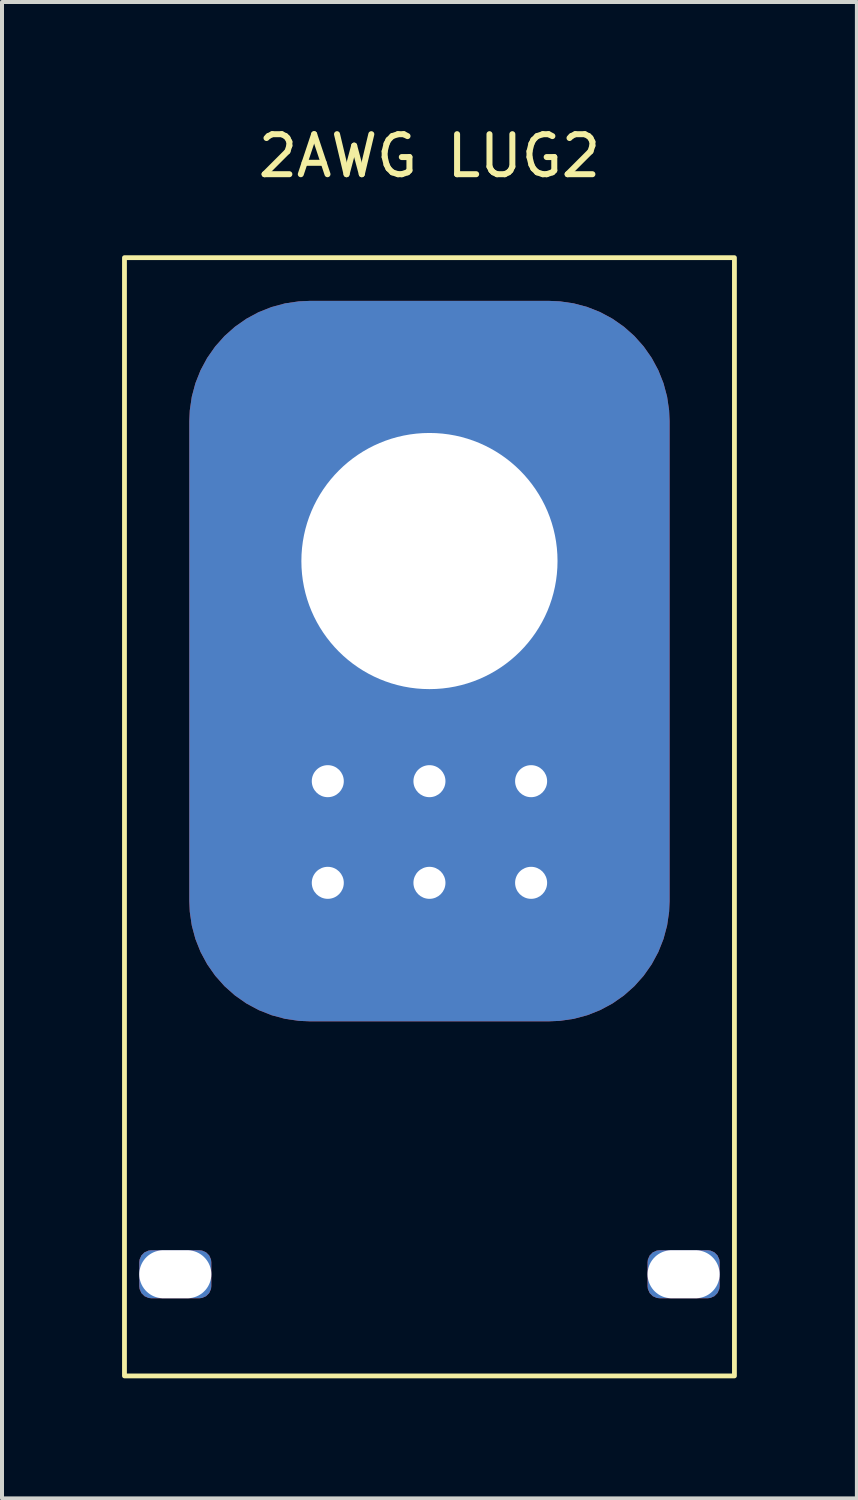
<source format=kicad_pcb>
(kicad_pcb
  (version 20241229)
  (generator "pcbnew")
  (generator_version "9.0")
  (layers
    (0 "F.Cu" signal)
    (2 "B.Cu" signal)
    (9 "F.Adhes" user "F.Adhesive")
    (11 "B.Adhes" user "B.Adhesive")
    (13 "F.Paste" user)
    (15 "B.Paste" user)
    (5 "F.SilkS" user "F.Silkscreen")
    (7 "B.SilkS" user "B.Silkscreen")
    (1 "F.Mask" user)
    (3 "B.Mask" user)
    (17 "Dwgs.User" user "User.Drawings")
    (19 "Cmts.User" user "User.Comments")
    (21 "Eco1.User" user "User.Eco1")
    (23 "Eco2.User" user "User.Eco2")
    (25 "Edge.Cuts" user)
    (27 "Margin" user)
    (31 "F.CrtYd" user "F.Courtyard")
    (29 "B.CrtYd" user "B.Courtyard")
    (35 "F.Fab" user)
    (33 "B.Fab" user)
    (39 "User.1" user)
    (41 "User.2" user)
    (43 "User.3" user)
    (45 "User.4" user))
  (footprint "2AWG LUG2"
    (layer "F.Cu")
    (at 7.68 8.468)
    (property "Reference" "2AWG LUG2" (at 0 -7.62 0) (unlocked yes) (layer "F.SilkS") (effects (font (size 1 1) (thickness 0.15))))
    (attr smd)
    (fp_rect (start -7.62 -5.08) (end 7.62 22.86) (stroke (width 0.12) (type solid)) (fill no) (layer "F.SilkS"))
    (pad "" thru_hole roundrect (at -6.35 20.32) (size 1.8 1.2) (drill oval 2 4) (layers "*.Cu" "*.Mask") (roundrect_rratio 0.25))
    (pad "" thru_hole circle (at -2.54 8) (size 1.2 1.2) (drill 0.8) (layers "*.Cu" "*.Mask"))
    (pad "" thru_hole circle (at -2.54 10.54) (size 1.2 1.2) (drill 0.8) (layers "*.Cu" "*.Mask"))
    (pad "" thru_hole circle (at 0 8) (size 1.2 1.2) (drill 0.8) (layers "*.Cu" "*.Mask"))
    (pad "" thru_hole circle (at 0 10.54) (size 1.2 1.2) (drill 0.8) (layers "*.Cu" "*.Mask"))
    (pad "" thru_hole circle (at 2.54 8) (size 1.2 1.2) (drill 0.8) (layers "*.Cu" "*.Mask"))
    (pad "" thru_hole circle (at 2.54 10.54) (size 1.2 1.2) (drill 0.8) (layers "*.Cu" "*.Mask"))
    (pad "" thru_hole roundrect (at 6.35 20.32) (size 1.8 1.2) (drill oval 2 4) (layers "*.Cu" "*.Mask") (roundrect_rratio 0.25))
    (pad "1" thru_hole roundrect (at 0 2.5) (size 12 18) (drill 6.4 (offset 0 2.5)) (layers "*.Cu" "*.Mask") (roundrect_rratio 0.25)))
  (gr_rect
    (start -3 -3)
    (end 18.36 34.388)
    (stroke (width 0.1) (type default))
    (fill no)
    (layer "Edge.Cuts")))
</source>
